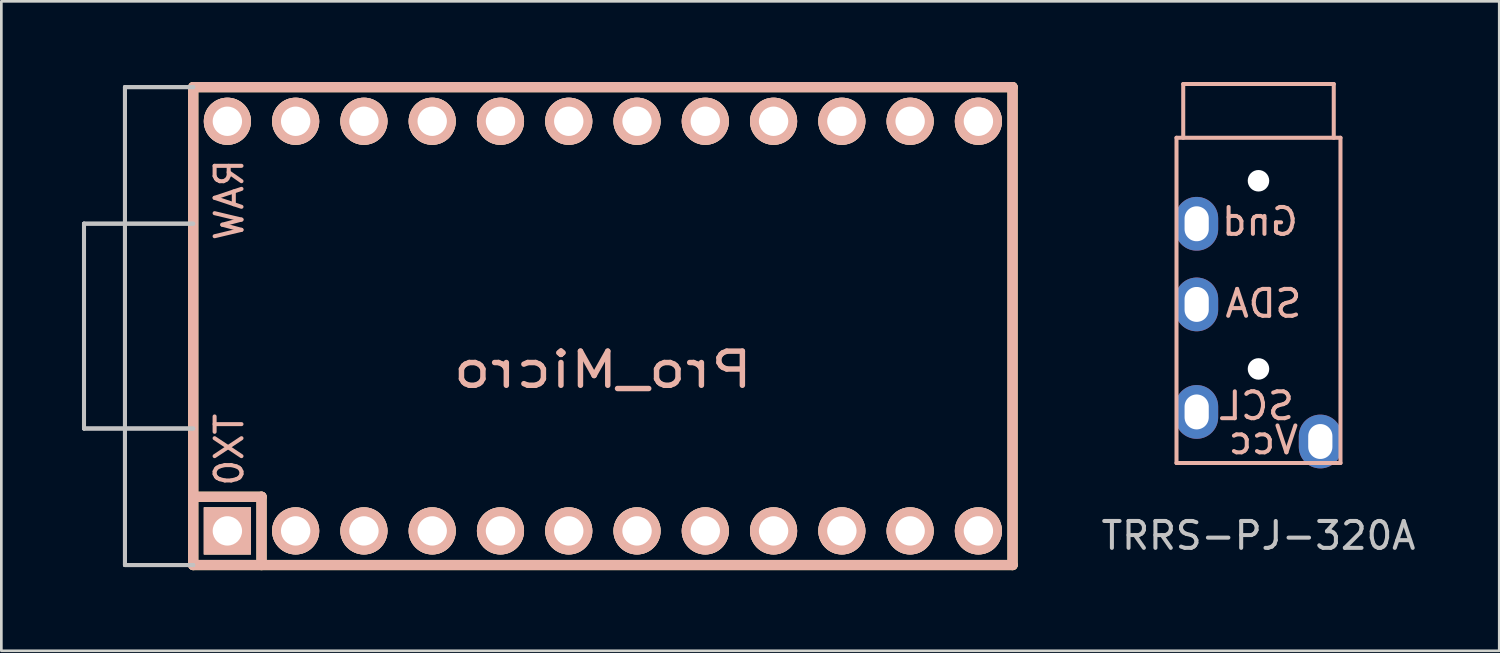
<source format=kicad_pcb>
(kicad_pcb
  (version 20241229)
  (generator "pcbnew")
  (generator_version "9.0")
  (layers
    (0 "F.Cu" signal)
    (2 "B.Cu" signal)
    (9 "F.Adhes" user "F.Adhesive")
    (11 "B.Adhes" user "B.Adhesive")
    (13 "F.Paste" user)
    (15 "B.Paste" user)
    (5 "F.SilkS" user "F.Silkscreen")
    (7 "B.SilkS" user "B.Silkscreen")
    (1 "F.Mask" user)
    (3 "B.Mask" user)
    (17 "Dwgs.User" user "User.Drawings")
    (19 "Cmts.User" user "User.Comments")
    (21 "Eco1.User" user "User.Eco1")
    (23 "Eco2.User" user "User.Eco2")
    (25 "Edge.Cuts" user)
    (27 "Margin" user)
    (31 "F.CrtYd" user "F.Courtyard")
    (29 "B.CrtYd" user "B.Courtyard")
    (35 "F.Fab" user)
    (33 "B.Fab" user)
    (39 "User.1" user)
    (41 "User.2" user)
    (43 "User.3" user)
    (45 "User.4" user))
  (footprint "TRRS-PJ-320A"
    (layer "F.Cu")
    (at 43.768 2.677)
    (property "Reference" "TRRS-PJ-320A" (at 0 14.2 0) (layer "Dwgs.User") (effects (font (size 1 1) (thickness 0.15))))
    (attr through_hole)
    (fp_line (start -3.049 -0.602) (end -3.049 11.498) (stroke (width 0.15) (type solid)) (layer "B.SilkS"))
    (fp_line (start -3.049 -0.602) (end 3.051 -0.602) (stroke (width 0.15) (type solid)) (layer "B.SilkS"))
    (fp_line (start -3.049 11.498) (end 3.051 11.498) (stroke (width 0.15) (type solid)) (layer "B.SilkS"))
    (fp_line (start -2.799 -2.602) (end 2.801 -2.602) (stroke (width 0.15) (type solid)) (layer "B.SilkS"))
    (fp_line (start -2.799 -0.602) (end -2.799 -2.602) (stroke (width 0.15) (type solid)) (layer "B.SilkS"))
    (fp_line (start 2.801 -0.602) (end 2.801 -2.602) (stroke (width 0.15) (type solid)) (layer "B.SilkS"))
    (fp_line (start 3.051 -0.602) (end 3.051 11.498) (stroke (width 0.15) (type solid)) (layer "B.SilkS"))
    (fp_text user "SCL" (at -0.071 9.376 0) (layer "B.SilkS") (effects (font (size 1 1) (thickness 0.15)) (justify mirror)))
    (fp_text user "Gnd" (at 0.056 2.518 0) (layer "B.SilkS") (effects (font (size 1 1) (thickness 0.15)) (justify mirror)))
    (fp_text user "Vcc" (at 0.183 10.646 0) (layer "B.SilkS") (effects (font (size 1 1) (thickness 0.15)) (justify mirror)))
    (fp_text user "SDA" (at 0.183 5.566 0) (layer "B.SilkS") (effects (font (size 1 1) (thickness 0.15)) (justify mirror)))
    (pad "" np_thru_hole circle (at 0.001 0.998 180) (size 0.8 0.8) (drill 0.8) (layers "*.Cu" "*.Mask"))
    (pad "" np_thru_hole circle (at 0.001 7.998 180) (size 0.8 0.8) (drill 0.8) (layers "*.Cu" "*.Mask"))
    (pad "1" thru_hole oval (at 2.301 10.698 180) (size 1.6 2) (drill oval 0.9 1.3) (layers "*.Cu" "*.Mask"))
    (pad "2" thru_hole oval (at -2.299 9.598 180) (size 1.6 2) (drill oval 0.9 1.3) (layers "*.Cu" "*.Mask"))
    (pad "3" thru_hole oval (at -2.299 5.598 180) (size 1.6 2) (drill oval 0.9 1.3) (layers "*.Cu" "*.Mask"))
    (pad "4" thru_hole oval (at -2.299 2.598 180) (size 1.6 2) (drill oval 0.9 1.3) (layers "*.Cu" "*.Mask")))
  (footprint "Pro_Micro"
    (layer "F.Cu")
    (at 19.379 9.081)
    (property "Reference" "Pro_Micro" (at 0 1.625 180) (layer "B.SilkS") (effects (font (size 1.27 1.524) (thickness 0.203)) (justify mirror)))
    (attr through_hole)
    (fp_line (start -15.24 -8.89) (end -15.24 8.89) (stroke (width 0.381) (type solid)) (layer "F.SilkS"))
    (fp_line (start -15.24 6.35) (end -12.7 6.35) (stroke (width 0.381) (type solid)) (layer "F.SilkS"))
    (fp_line (start -15.24 8.89) (end 15.24 8.89) (stroke (width 0.381) (type solid)) (layer "F.SilkS"))
    (fp_line (start -12.7 6.35) (end -12.7 8.89) (stroke (width 0.381) (type solid)) (layer "F.SilkS"))
    (fp_line (start 15.24 -8.89) (end -15.24 -8.89) (stroke (width 0.381) (type solid)) (layer "F.SilkS"))
    (fp_line (start 15.24 8.89) (end 15.24 -8.89) (stroke (width 0.381) (type solid)) (layer "F.SilkS"))
    (fp_line (start -15.24 -8.89) (end -15.24 8.89) (stroke (width 0.381) (type solid)) (layer "B.SilkS"))
    (fp_line (start -15.24 6.35) (end -12.7 6.35) (stroke (width 0.381) (type solid)) (layer "B.SilkS"))
    (fp_line (start -15.24 8.89) (end 15.24 8.89) (stroke (width 0.381) (type solid)) (layer "B.SilkS"))
    (fp_line (start -12.7 6.35) (end -12.7 8.89) (stroke (width 0.381) (type solid)) (layer "B.SilkS"))
    (fp_line (start 15.24 -8.89) (end -15.24 -8.89) (stroke (width 0.381) (type solid)) (layer "B.SilkS"))
    (fp_line (start 15.24 8.89) (end 15.24 -8.89) (stroke (width 0.381) (type solid)) (layer "B.SilkS"))
    (fp_line (start -19.304 -3.81) (end -19.304 3.81) (stroke (width 0.15) (type solid)) (layer "Dwgs.User"))
    (fp_line (start -19.304 -3.81) (end -19.304 3.81) (stroke (width 0.15) (type solid)) (layer "Dwgs.User"))
    (fp_line (start -19.304 -3.81) (end -15.24 -3.81) (stroke (width 0.15) (type solid)) (layer "Dwgs.User"))
    (fp_line (start -19.304 3.81) (end -15.24 3.81) (stroke (width 0.15) (type solid)) (layer "Dwgs.User"))
    (fp_line (start -19.304 3.81) (end -15.24 3.81) (stroke (width 0.15) (type solid)) (layer "Dwgs.User"))
    (fp_line (start -17.78 -8.89) (end -17.78 8.89) (stroke (width 0.15) (type solid)) (layer "Dwgs.User"))
    (fp_line (start -17.78 -8.89) (end -17.78 8.89) (stroke (width 0.15) (type solid)) (layer "Dwgs.User"))
    (fp_line (start -17.78 8.89) (end -15.24 8.89) (stroke (width 0.15) (type solid)) (layer "Dwgs.User"))
    (fp_line (start -17.78 8.89) (end -15.24 8.89) (stroke (width 0.15) (type solid)) (layer "Dwgs.User"))
    (fp_line (start -15.24 -8.89) (end -17.78 -8.89) (stroke (width 0.15) (type solid)) (layer "Dwgs.User"))
    (fp_line (start -15.24 -8.89) (end -17.78 -8.89) (stroke (width 0.15) (type solid)) (layer "Dwgs.User"))
    (fp_line (start -15.24 -3.81) (end -19.304 -3.81) (stroke (width 0.15) (type solid)) (layer "Dwgs.User"))
    (fp_text user "TX0" (at -13.9 4.6 270) (layer "B.SilkS") (effects (font (size 1 1) (thickness 0.15)) (justify mirror)))
    (fp_text user "RAW" (at -13.9 -4.7 270) (layer "B.SilkS") (effects (font (size 1 1) (thickness 0.15)) (justify mirror)))
    (pad "1" thru_hole rect (at -13.97 7.62) (size 1.753 1.753) (drill 1.092) (layers "*.Cu" "*.SilkS" "*.Mask"))
    (pad "2" thru_hole circle (at -11.43 7.62) (size 1.753 1.753) (drill 1.092) (layers "*.Cu" "*.SilkS" "*.Mask"))
    (pad "3" thru_hole circle (at -8.89 7.62) (size 1.753 1.753) (drill 1.092) (layers "*.Cu" "*.SilkS" "*.Mask"))
    (pad "4" thru_hole circle (at -6.35 7.62) (size 1.753 1.753) (drill 1.092) (layers "*.Cu" "*.SilkS" "*.Mask"))
    (pad "5" thru_hole circle (at -3.81 7.62) (size 1.753 1.753) (drill 1.092) (layers "*.Cu" "*.SilkS" "*.Mask"))
    (pad "6" thru_hole circle (at -1.27 7.62) (size 1.753 1.753) (drill 1.092) (layers "*.Cu" "*.SilkS" "*.Mask"))
    (pad "7" thru_hole circle (at 1.27 7.62) (size 1.753 1.753) (drill 1.092) (layers "*.Cu" "*.SilkS" "*.Mask"))
    (pad "8" thru_hole circle (at 3.81 7.62) (size 1.753 1.753) (drill 1.092) (layers "*.Cu" "*.SilkS" "*.Mask"))
    (pad "9" thru_hole circle (at 6.35 7.62) (size 1.753 1.753) (drill 1.092) (layers "*.Cu" "*.SilkS" "*.Mask"))
    (pad "10" thru_hole circle (at 8.89 7.62) (size 1.753 1.753) (drill 1.092) (layers "*.Cu" "*.SilkS" "*.Mask"))
    (pad "11" thru_hole circle (at 11.43 7.62) (size 1.753 1.753) (drill 1.092) (layers "*.Cu" "*.SilkS" "*.Mask"))
    (pad "12" thru_hole circle (at 13.97 7.62) (size 1.753 1.753) (drill 1.092) (layers "*.Cu" "*.SilkS" "*.Mask"))
    (pad "13" thru_hole circle (at -13.97 -7.62) (size 1.753 1.753) (drill 1.092) (layers "*.Cu" "*.SilkS" "*.Mask"))
    (pad "14" thru_hole circle (at -11.43 -7.62) (size 1.753 1.753) (drill 1.092) (layers "*.Cu" "*.SilkS" "*.Mask"))
    (pad "15" thru_hole circle (at -8.89 -7.62) (size 1.753 1.753) (drill 1.092) (layers "*.Cu" "*.SilkS" "*.Mask"))
    (pad "16" thru_hole circle (at -6.35 -7.62) (size 1.753 1.753) (drill 1.092) (layers "*.Cu" "*.SilkS" "*.Mask"))
    (pad "17" thru_hole circle (at -3.81 -7.62) (size 1.753 1.753) (drill 1.092) (layers "*.Cu" "*.SilkS" "*.Mask"))
    (pad "18" thru_hole circle (at -1.27 -7.62) (size 1.753 1.753) (drill 1.092) (layers "*.Cu" "*.SilkS" "*.Mask"))
    (pad "19" thru_hole circle (at 1.27 -7.62) (size 1.753 1.753) (drill 1.092) (layers "*.Cu" "*.SilkS" "*.Mask"))
    (pad "20" thru_hole circle (at 3.81 -7.62) (size 1.753 1.753) (drill 1.092) (layers "*.Cu" "*.SilkS" "*.Mask"))
    (pad "21" thru_hole circle (at 6.35 -7.62) (size 1.753 1.753) (drill 1.092) (layers "*.Cu" "*.SilkS" "*.Mask"))
    (pad "22" thru_hole circle (at 8.89 -7.62) (size 1.753 1.753) (drill 1.092) (layers "*.Cu" "*.SilkS" "*.Mask"))
    (pad "23" thru_hole circle (at 11.43 -7.62) (size 1.753 1.753) (drill 1.092) (layers "*.Cu" "*.SilkS" "*.Mask"))
    (pad "24" thru_hole circle (at 13.97 -7.62) (size 1.753 1.753) (drill 1.092) (layers "*.Cu" "*.SilkS" "*.Mask")))
  (gr_rect
    (start -3 -3)
    (end 52.726 21.161)
    (stroke (width 0.1) (type default))
    (fill no)
    (layer "Edge.Cuts")))
</source>
